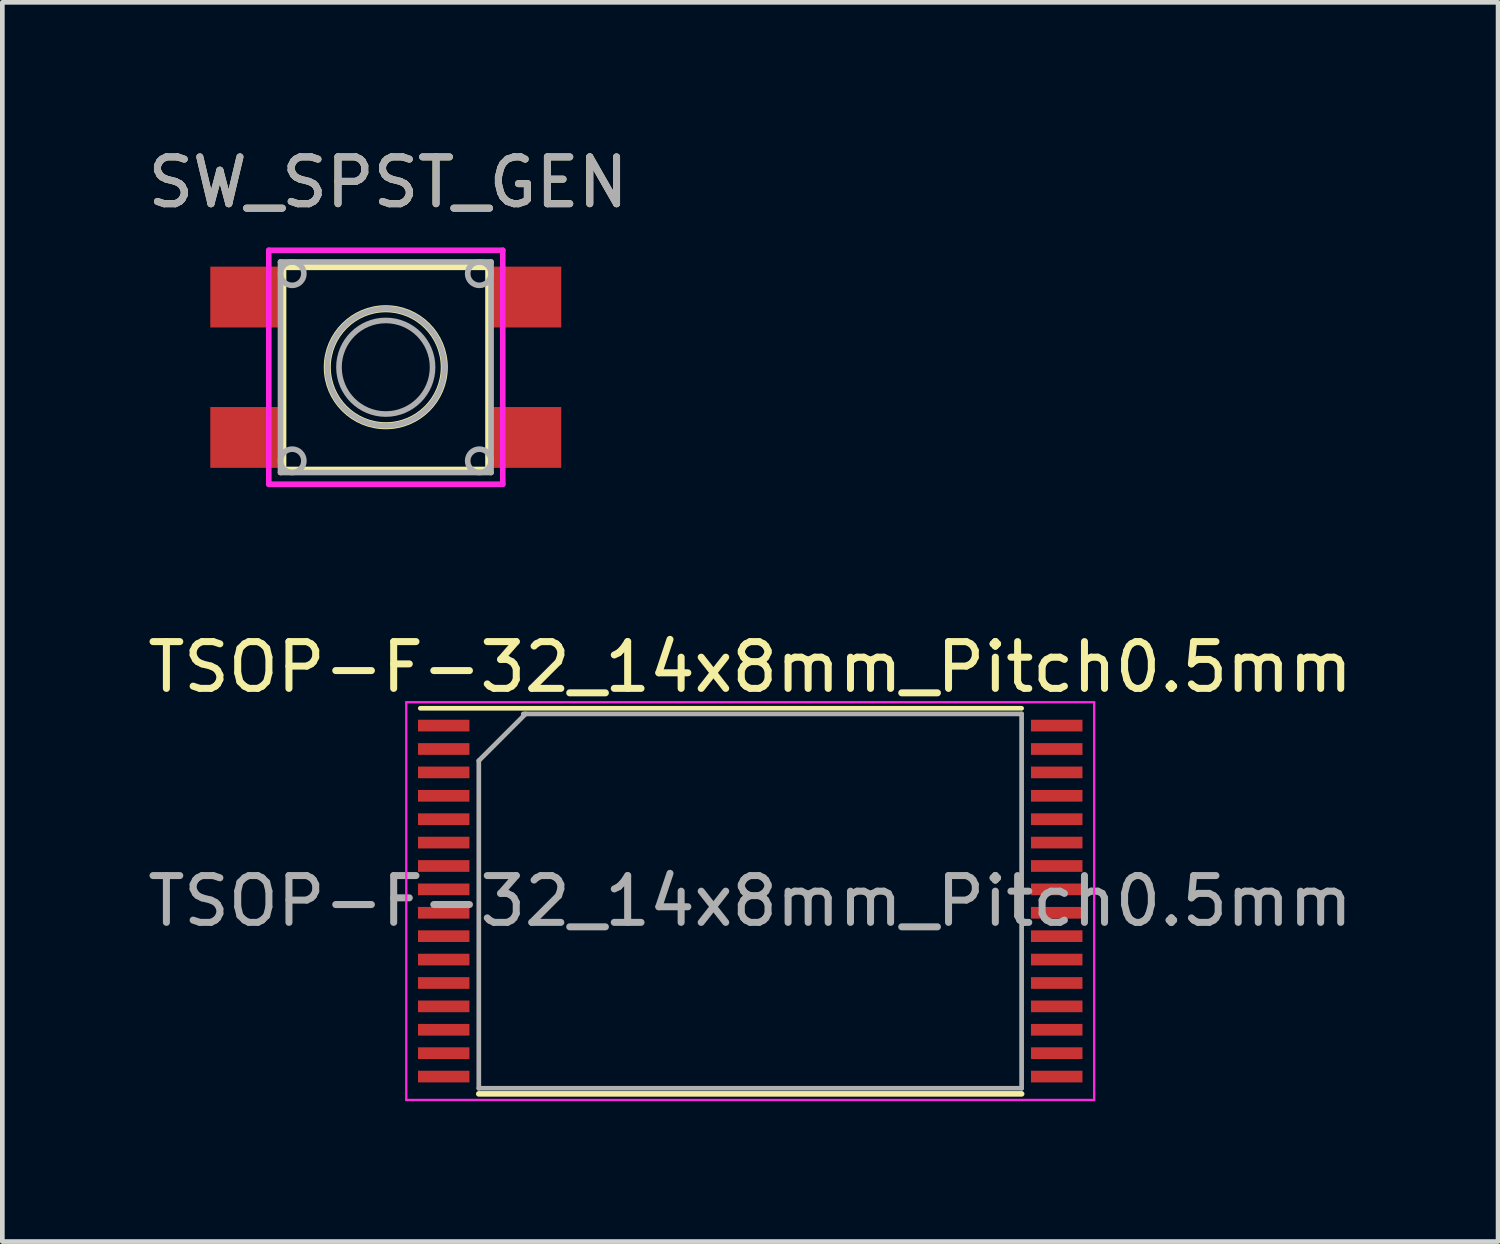
<source format=kicad_pcb>
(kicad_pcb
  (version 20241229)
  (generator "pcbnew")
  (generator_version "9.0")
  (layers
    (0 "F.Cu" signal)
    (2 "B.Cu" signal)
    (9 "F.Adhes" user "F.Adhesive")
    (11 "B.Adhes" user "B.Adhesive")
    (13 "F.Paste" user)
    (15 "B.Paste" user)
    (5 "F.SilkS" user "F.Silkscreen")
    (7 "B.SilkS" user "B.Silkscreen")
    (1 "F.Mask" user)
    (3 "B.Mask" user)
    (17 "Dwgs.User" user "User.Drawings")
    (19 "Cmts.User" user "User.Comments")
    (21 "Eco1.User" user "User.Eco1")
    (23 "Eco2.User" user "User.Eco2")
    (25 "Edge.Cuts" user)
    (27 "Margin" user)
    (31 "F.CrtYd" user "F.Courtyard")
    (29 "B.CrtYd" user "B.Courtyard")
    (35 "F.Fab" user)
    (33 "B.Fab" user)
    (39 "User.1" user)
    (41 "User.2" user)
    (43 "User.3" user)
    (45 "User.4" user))
  (footprint "TSOP-F-32_14x8mm_Pitch0.5mm"
    (layer "F.Cu")
    (at 12.982 16.206)
    (property "Reference" "TSOP-F-32_14x8mm_Pitch0.5mm" (at 0 -5 0) (layer "F.SilkS") (effects (font (size 1 1) (thickness 0.15))))
    (attr smd)
    (fp_line (start -5.8 4.12) (end 5.8 4.12) (stroke (width 0.12) (type solid)) (layer "F.SilkS"))
    (fp_line (start 5.8 -4.12) (end -7.05 -4.12) (stroke (width 0.1) (type solid)) (layer "F.SilkS"))
    (fp_line (start -7.35 -4.25) (end 7.35 -4.25) (stroke (width 0.05) (type solid)) (layer "F.CrtYd"))
    (fp_line (start -7.35 4.25) (end -7.35 -4.25) (stroke (width 0.05) (type solid)) (layer "F.CrtYd"))
    (fp_line (start 7.35 -4.25) (end 7.35 4.25) (stroke (width 0.05) (type solid)) (layer "F.CrtYd"))
    (fp_line (start 7.35 4.25) (end -7.35 4.25) (stroke (width 0.05) (type solid)) (layer "F.CrtYd"))
    (fp_line (start -5.8 4) (end -5.8 -3) (stroke (width 0.1) (type solid)) (layer "F.Fab"))
    (fp_line (start -4.85 -4) (end 5.8 -4) (stroke (width 0.1) (type solid)) (layer "F.Fab"))
    (fp_line (start -4.8 -4) (end -5.8 -3) (stroke (width 0.1) (type solid)) (layer "F.Fab"))
    (fp_line (start 5.8 -4) (end 5.8 4) (stroke (width 0.1) (type solid)) (layer "F.Fab"))
    (fp_line (start 5.8 4) (end -5.8 4) (stroke (width 0.1) (type solid)) (layer "F.Fab"))
    (fp_text user "${REFERENCE}" (at 0 0 0) (layer "F.Fab") (effects (font (size 1 1) (thickness 0.15))))
    (pad "1" smd rect (at -6.55 -3.75) (size 1.1 0.25) (layers "F.Cu" "F.Mask" "F.Paste"))
    (pad "2" smd rect (at -6.55 -3.25) (size 1.1 0.25) (layers "F.Cu" "F.Mask" "F.Paste"))
    (pad "3" smd rect (at -6.55 -2.75) (size 1.1 0.25) (layers "F.Cu" "F.Mask" "F.Paste"))
    (pad "4" smd rect (at -6.55 -2.25) (size 1.1 0.25) (layers "F.Cu" "F.Mask" "F.Paste"))
    (pad "5" smd rect (at -6.55 -1.75) (size 1.1 0.25) (layers "F.Cu" "F.Mask" "F.Paste"))
    (pad "6" smd rect (at -6.55 -1.25) (size 1.1 0.25) (layers "F.Cu" "F.Mask" "F.Paste"))
    (pad "7" smd rect (at -6.55 -0.75) (size 1.1 0.25) (layers "F.Cu" "F.Mask" "F.Paste"))
    (pad "8" smd rect (at -6.55 -0.25) (size 1.1 0.25) (layers "F.Cu" "F.Mask" "F.Paste"))
    (pad "9" smd rect (at -6.55 0.25) (size 1.1 0.25) (layers "F.Cu" "F.Mask" "F.Paste"))
    (pad "10" smd rect (at -6.55 0.75) (size 1.1 0.25) (layers "F.Cu" "F.Mask" "F.Paste"))
    (pad "11" smd rect (at -6.55 1.25) (size 1.1 0.25) (layers "F.Cu" "F.Mask" "F.Paste"))
    (pad "12" smd rect (at -6.55 1.75) (size 1.1 0.25) (layers "F.Cu" "F.Mask" "F.Paste"))
    (pad "13" smd rect (at -6.55 2.25) (size 1.1 0.25) (layers "F.Cu" "F.Mask" "F.Paste"))
    (pad "14" smd rect (at -6.55 2.75) (size 1.1 0.25) (layers "F.Cu" "F.Mask" "F.Paste"))
    (pad "15" smd rect (at -6.55 3.25) (size 1.1 0.25) (layers "F.Cu" "F.Mask" "F.Paste"))
    (pad "16" smd rect (at -6.55 3.75) (size 1.1 0.25) (layers "F.Cu" "F.Mask" "F.Paste"))
    (pad "17" smd rect (at 6.55 3.75) (size 1.1 0.25) (layers "F.Cu" "F.Mask" "F.Paste"))
    (pad "18" smd rect (at 6.55 3.25) (size 1.1 0.25) (layers "F.Cu" "F.Mask" "F.Paste"))
    (pad "19" smd rect (at 6.55 2.75) (size 1.1 0.25) (layers "F.Cu" "F.Mask" "F.Paste"))
    (pad "20" smd rect (at 6.55 2.25) (size 1.1 0.25) (layers "F.Cu" "F.Mask" "F.Paste"))
    (pad "21" smd rect (at 6.55 1.75) (size 1.1 0.25) (layers "F.Cu" "F.Mask" "F.Paste"))
    (pad "22" smd rect (at 6.55 1.25) (size 1.1 0.25) (layers "F.Cu" "F.Mask" "F.Paste"))
    (pad "23" smd rect (at 6.55 0.75) (size 1.1 0.25) (layers "F.Cu" "F.Mask" "F.Paste"))
    (pad "24" smd rect (at 6.55 0.25) (size 1.1 0.25) (layers "F.Cu" "F.Mask" "F.Paste"))
    (pad "25" smd rect (at 6.55 -0.25) (size 1.1 0.25) (layers "F.Cu" "F.Mask" "F.Paste"))
    (pad "26" smd rect (at 6.55 -0.75) (size 1.1 0.25) (layers "F.Cu" "F.Mask" "F.Paste"))
    (pad "27" smd rect (at 6.55 -1.25) (size 1.1 0.25) (layers "F.Cu" "F.Mask" "F.Paste"))
    (pad "28" smd rect (at 6.55 -1.75) (size 1.1 0.25) (layers "F.Cu" "F.Mask" "F.Paste"))
    (pad "29" smd rect (at 6.55 -2.25) (size 1.1 0.25) (layers "F.Cu" "F.Mask" "F.Paste"))
    (pad "30" smd rect (at 6.55 -2.75) (size 1.1 0.25) (layers "F.Cu" "F.Mask" "F.Paste"))
    (pad "31" smd rect (at 6.55 -3.25) (size 1.1 0.25) (layers "F.Cu" "F.Mask" "F.Paste"))
    (pad "32" smd rect (at 6.55 -3.75) (size 1.1 0.25) (layers "F.Cu" "F.Mask" "F.Paste")))
  (footprint "SW_SPST_GEN"
    (layer "F.Cu")
    (at 5.194 4.798)
    (property "Reference" "SW_SPST_GEN" (at 0.05 -3.95 0) (layer "F.SilkS") (effects (font (size 1 1) (thickness 0.15))))
    (attr smd)
    (fp_line (start -2.2 -2.15) (end 2.2 -2.15) (stroke (width 0.15) (type solid)) (layer "F.SilkS"))
    (fp_line (start -2.2 2.2) (end -2.2 -2.15) (stroke (width 0.15) (type solid)) (layer "F.SilkS"))
    (fp_line (start 2.2 -2.2) (end 2.2 2.2) (stroke (width 0.15) (type solid)) (layer "F.SilkS"))
    (fp_line (start 2.2 2.2) (end -2.2 2.2) (stroke (width 0.15) (type solid)) (layer "F.SilkS"))
    (fp_circle (center 0 0) (end 1 0.75) (stroke (width 0.15) (type solid)) (fill no) (layer "F.SilkS"))
    (fp_line (start -2.5 -2.5) (end 2.5 -2.5) (stroke (width 0.12) (type solid)) (layer "F.CrtYd"))
    (fp_line (start -2.5 2.5) (end -2.5 -2.5) (stroke (width 0.12) (type solid)) (layer "F.CrtYd"))
    (fp_line (start 2.5 -2.5) (end 2.5 2.5) (stroke (width 0.12) (type solid)) (layer "F.CrtYd"))
    (fp_line (start 2.5 2.5) (end -2.5 2.5) (stroke (width 0.12) (type solid)) (layer "F.CrtYd"))
    (fp_line (start -2.25 -2.25) (end 2.25 -2.25) (stroke (width 0.12) (type solid)) (layer "F.Fab"))
    (fp_line (start -2.25 2.25) (end -2.25 -2.25) (stroke (width 0.12) (type solid)) (layer "F.Fab"))
    (fp_line (start 2.25 -2.25) (end 2.25 2.25) (stroke (width 0.12) (type solid)) (layer "F.Fab"))
    (fp_line (start 2.25 2.25) (end -2.25 2.25) (stroke (width 0.12) (type solid)) (layer "F.Fab"))
    (fp_circle (center -2 -2) (end -2 -1.75) (stroke (width 0.12) (type solid)) (fill no) (layer "F.Fab"))
    (fp_circle (center -2 2) (end -2 2.25) (stroke (width 0.12) (type solid)) (fill no) (layer "F.Fab"))
    (fp_circle (center 0 0) (end 1 0) (stroke (width 0.12) (type solid)) (fill no) (layer "F.Fab"))
    (fp_circle (center 0 0) (end 1.25 0) (stroke (width 0.12) (type solid)) (fill no) (layer "F.Fab"))
    (fp_circle (center 2 -2) (end 2 -1.75) (stroke (width 0.12) (type solid)) (fill no) (layer "F.Fab"))
    (fp_circle (center 2 2) (end 2 2.25) (stroke (width 0.12) (type solid)) (fill no) (layer "F.Fab"))
    (fp_text user "${REFERENCE}" (at 0.05 -3.95 0) (layer "F.Fab") (effects (font (size 1 1) (thickness 0.15))))
    (pad "1" smd rect (at -3 -1.5) (size 1.5 1.3) (layers "F.Cu" "F.Mask" "F.Paste"))
    (pad "1" smd rect (at 3 -1.5) (size 1.5 1.3) (layers "F.Cu" "F.Mask" "F.Paste"))
    (pad "2" smd rect (at -3 1.5) (size 1.5 1.3) (layers "F.Cu" "F.Mask" "F.Paste"))
    (pad "2" smd rect (at 3 1.5) (size 1.5 1.3) (layers "F.Cu" "F.Mask" "F.Paste")))
  (gr_rect
    (start -3 -3)
    (end 28.964 23.482)
    (stroke (width 0.1) (type default))
    (fill no)
    (layer "Edge.Cuts")))
</source>
